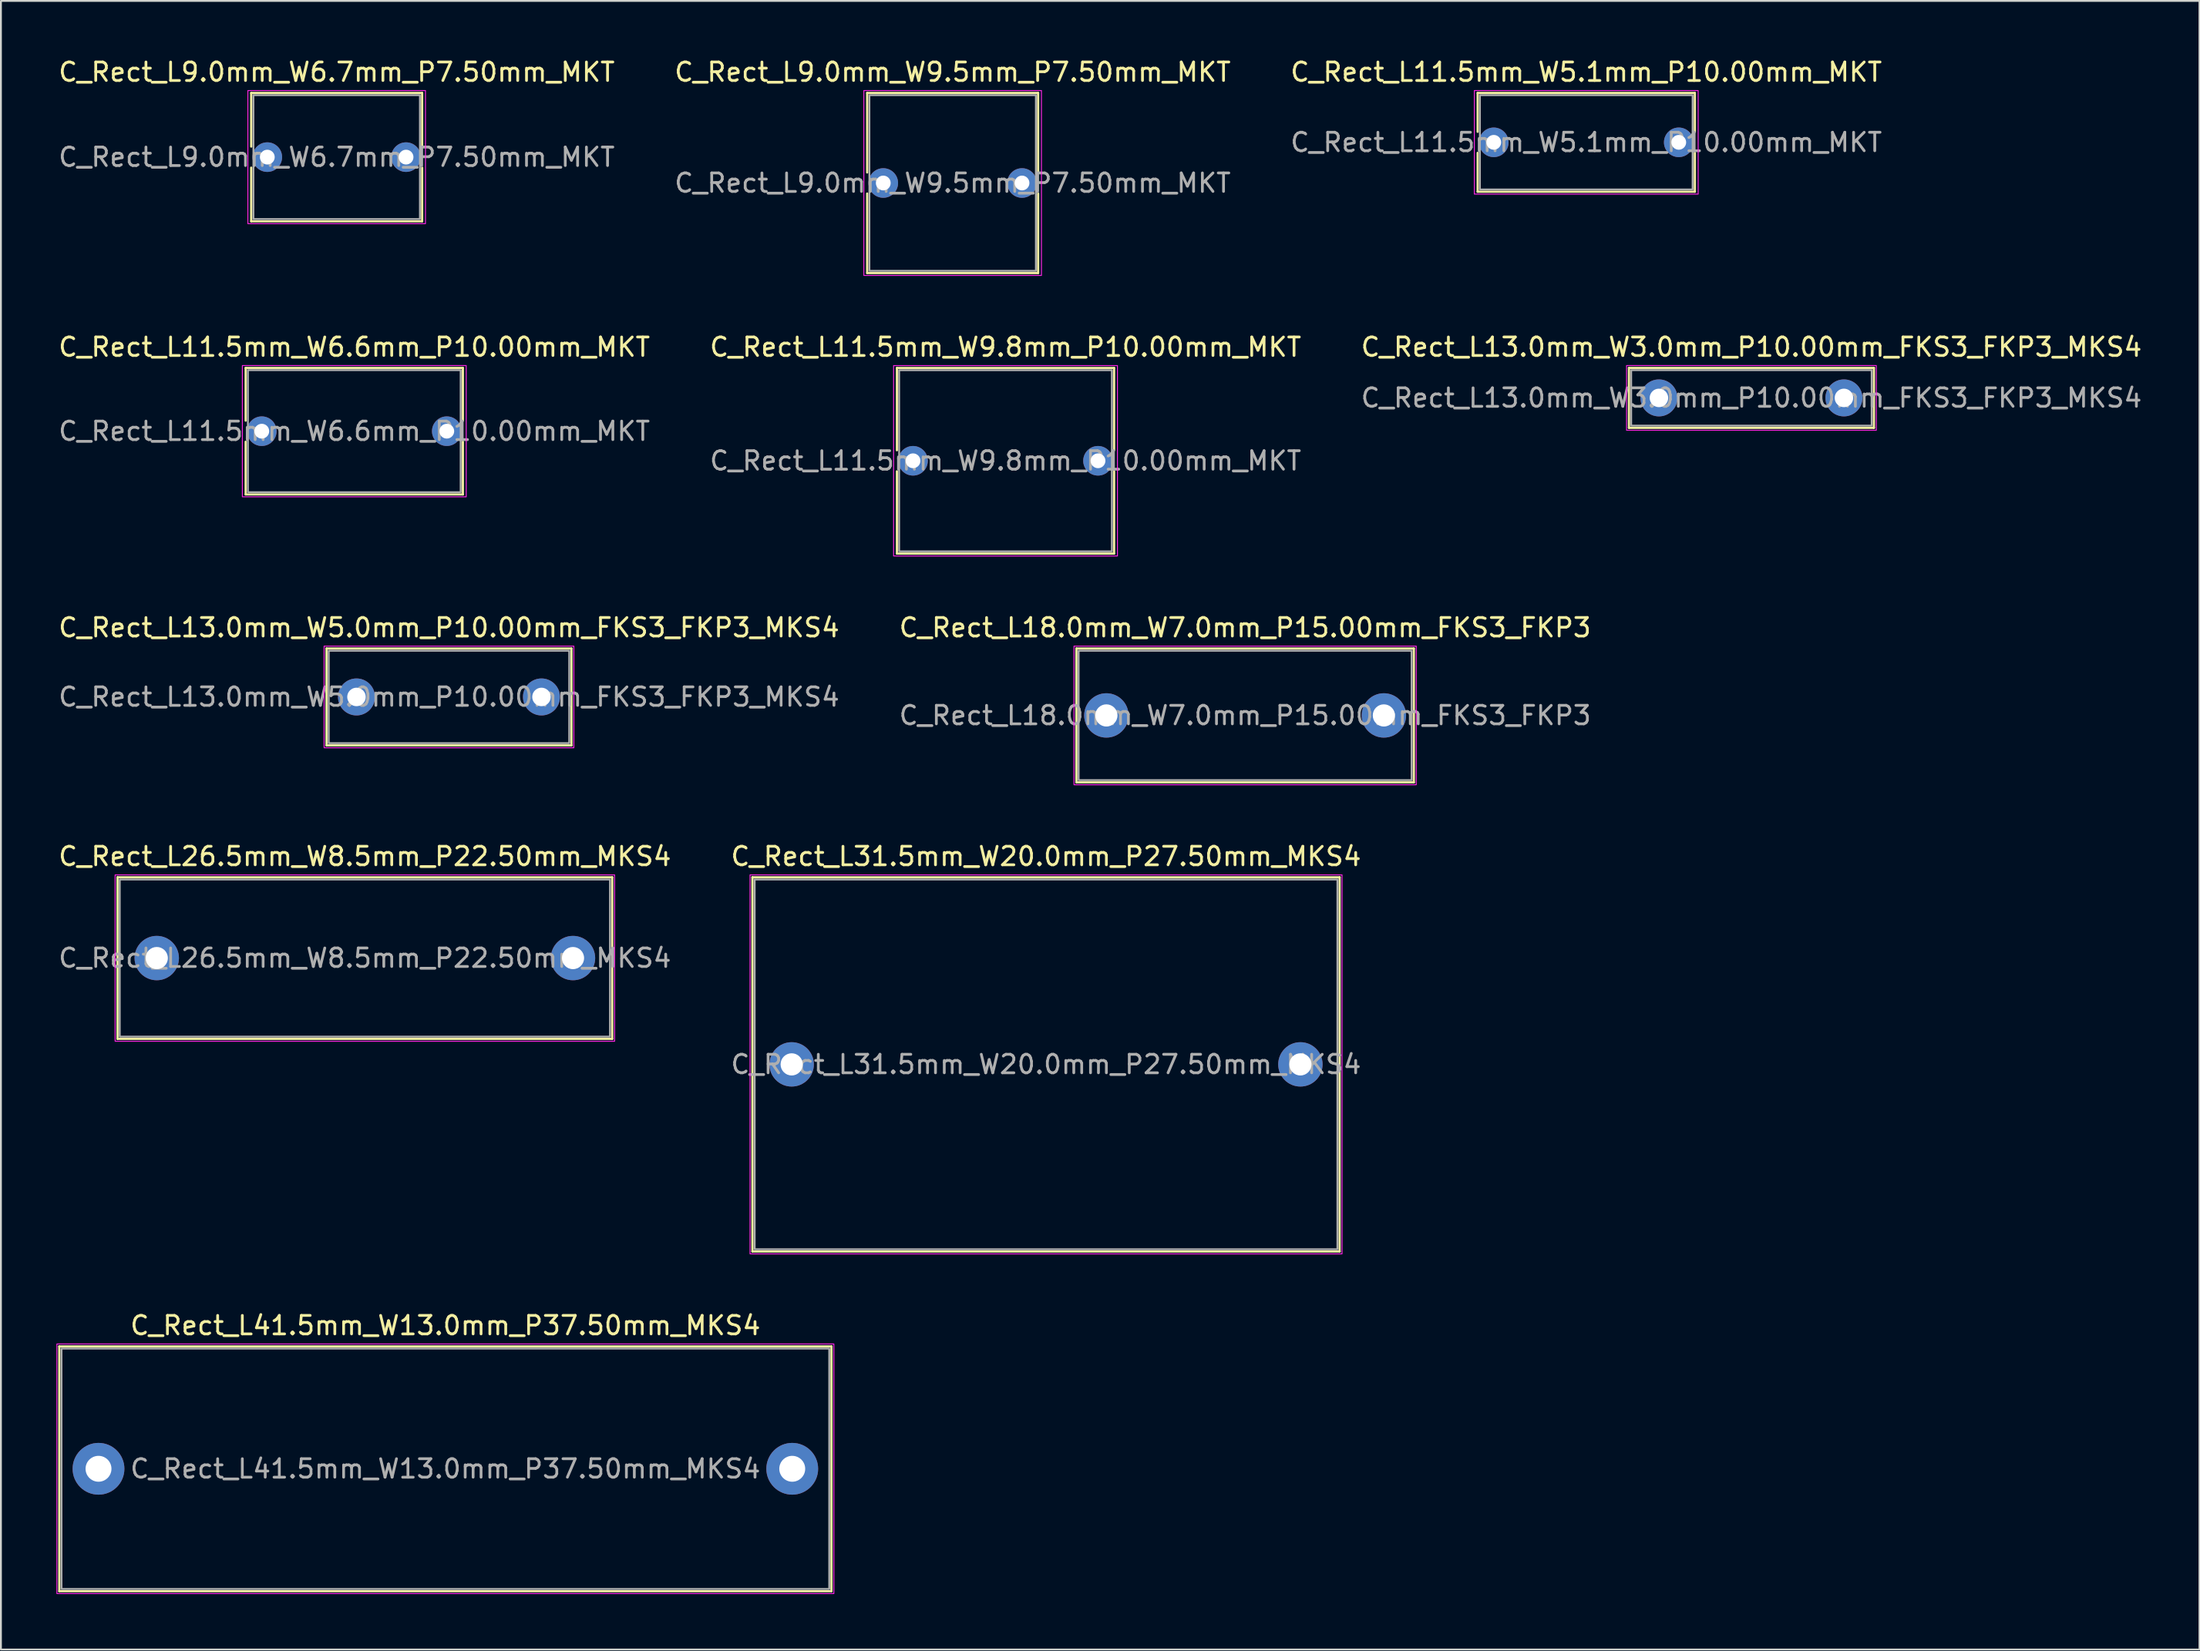
<source format=kicad_pcb>
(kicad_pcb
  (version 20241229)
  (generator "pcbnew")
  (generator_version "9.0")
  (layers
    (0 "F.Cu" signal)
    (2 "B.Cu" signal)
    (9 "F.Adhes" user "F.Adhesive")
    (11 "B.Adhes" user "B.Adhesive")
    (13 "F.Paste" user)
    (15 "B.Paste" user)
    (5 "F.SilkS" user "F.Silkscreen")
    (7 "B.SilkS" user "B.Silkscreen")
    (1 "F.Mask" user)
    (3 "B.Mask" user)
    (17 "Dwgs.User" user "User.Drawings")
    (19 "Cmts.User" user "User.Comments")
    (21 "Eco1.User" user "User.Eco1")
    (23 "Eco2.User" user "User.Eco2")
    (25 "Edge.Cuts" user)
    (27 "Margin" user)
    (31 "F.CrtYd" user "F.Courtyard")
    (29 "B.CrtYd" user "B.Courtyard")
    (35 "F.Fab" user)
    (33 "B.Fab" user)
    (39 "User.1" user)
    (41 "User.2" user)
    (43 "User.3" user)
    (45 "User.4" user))
  (footprint "C_Rect_L31.5mm_W20.0mm_P27.50mm_MKS4"
    (layer "F.Cu")
    (at 39.744 54.518)
    (property "Reference" "C_Rect_L31.5mm_W20.0mm_P27.50mm_MKS4" (at 13.75 -11.25 0) (layer "F.SilkS") (effects (font (size 1 1) (thickness 0.15))))
    (attr through_hole)
    (fp_line (start -2.12 -10.12) (end 29.62 -10.12) (stroke (width 0.12) (type solid)) (layer "F.SilkS"))
    (fp_line (start -2.12 10.12) (end -2.12 -10.12) (stroke (width 0.12) (type solid)) (layer "F.SilkS"))
    (fp_line (start 29.62 -10.12) (end 29.62 10.12) (stroke (width 0.12) (type solid)) (layer "F.SilkS"))
    (fp_line (start 29.62 10.12) (end -2.12 10.12) (stroke (width 0.12) (type solid)) (layer "F.SilkS"))
    (fp_rect (start -2.25 -10.25) (end 29.75 10.25) (stroke (width 0.05) (type solid)) (fill no) (layer "F.CrtYd"))
    (fp_rect (start -2 -10) (end 29.5 10) (stroke (width 0.1) (type solid)) (fill no) (layer "F.Fab"))
    (fp_text user "${REFERENCE}" (at 13.75 0 0) (layer "F.Fab") (effects (font (size 1 1) (thickness 0.15))))
    (pad "1" thru_hole circle (at 0 0) (size 2.4 2.4) (drill 1.2) (layers "*.Cu" "*.Mask"))
    (pad "2" thru_hole circle (at 27.5 0) (size 2.4 2.4) (drill 1.2) (layers "*.Cu" "*.Mask")))
  (footprint "C_Rect_L9.0mm_W6.7mm_P7.50mm_MKT"
    (layer "F.Cu")
    (at 11.399 5.448)
    (property "Reference" "C_Rect_L9.0mm_W6.7mm_P7.50mm_MKT" (at 3.75 -4.6 0) (layer "F.SilkS") (effects (font (size 1 1) (thickness 0.15))))
    (attr through_hole)
    (fp_line (start -0.87 -3.47) (end 8.37 -3.47) (stroke (width 0.12) (type solid)) (layer "F.SilkS"))
    (fp_line (start -0.87 -0.57) (end -0.87 -3.47) (stroke (width 0.12) (type solid)) (layer "F.SilkS"))
    (fp_line (start -0.87 3.47) (end -0.87 0.57) (stroke (width 0.12) (type solid)) (layer "F.SilkS"))
    (fp_line (start 8.37 -3.47) (end 8.37 -0.57) (stroke (width 0.12) (type solid)) (layer "F.SilkS"))
    (fp_line (start 8.37 0.57) (end 8.37 3.47) (stroke (width 0.12) (type solid)) (layer "F.SilkS"))
    (fp_line (start 8.37 3.47) (end -0.87 3.47) (stroke (width 0.12) (type solid)) (layer "F.SilkS"))
    (fp_rect (start -1.05 -3.6) (end 8.55 3.6) (stroke (width 0.05) (type solid)) (fill no) (layer "F.CrtYd"))
    (fp_rect (start -0.75 -3.35) (end 8.25 3.35) (stroke (width 0.1) (type solid)) (fill no) (layer "F.Fab"))
    (fp_text user "${REFERENCE}" (at 3.75 0 0) (layer "F.Fab") (effects (font (size 1 1) (thickness 0.15))))
    (pad "1" thru_hole circle (at 0 0) (size 1.6 1.6) (drill 0.8) (layers "*.Cu" "*.Mask"))
    (pad "2" thru_hole circle (at 7.5 0) (size 1.6 1.6) (drill 0.8) (layers "*.Cu" "*.Mask")))
  (footprint "C_Rect_L18.0mm_W7.0mm_P15.00mm_FKS3_FKP3"
    (layer "F.Cu")
    (at 56.756 35.645)
    (property "Reference" "C_Rect_L18.0mm_W7.0mm_P15.00mm_FKS3_FKP3" (at 7.5 -4.75 0) (layer "F.SilkS") (effects (font (size 1 1) (thickness 0.15))))
    (attr through_hole)
    (fp_line (start -1.62 -3.62) (end 16.62 -3.62) (stroke (width 0.12) (type solid)) (layer "F.SilkS"))
    (fp_line (start -1.62 3.62) (end -1.62 -3.62) (stroke (width 0.12) (type solid)) (layer "F.SilkS"))
    (fp_line (start 16.62 -3.62) (end 16.62 3.62) (stroke (width 0.12) (type solid)) (layer "F.SilkS"))
    (fp_line (start 16.62 3.62) (end -1.62 3.62) (stroke (width 0.12) (type solid)) (layer "F.SilkS"))
    (fp_rect (start -1.75 -3.75) (end 16.75 3.75) (stroke (width 0.05) (type solid)) (fill no) (layer "F.CrtYd"))
    (fp_rect (start -1.5 -3.5) (end 16.5 3.5) (stroke (width 0.1) (type solid)) (fill no) (layer "F.Fab"))
    (fp_text user "${REFERENCE}" (at 7.5 0 0) (layer "F.Fab") (effects (font (size 1 1) (thickness 0.15))))
    (pad "1" thru_hole circle (at 0 0) (size 2.4 2.4) (drill 1.2) (layers "*.Cu" "*.Mask"))
    (pad "2" thru_hole circle (at 15 0) (size 2.4 2.4) (drill 1.2) (layers "*.Cu" "*.Mask")))
  (footprint "C_Rect_L11.5mm_W9.8mm_P10.00mm_MKT"
    (layer "F.Cu")
    (at 46.304 21.872)
    (property "Reference" "C_Rect_L11.5mm_W9.8mm_P10.00mm_MKT" (at 5 -6.15 0) (layer "F.SilkS") (effects (font (size 1 1) (thickness 0.15))))
    (attr through_hole)
    (fp_line (start -0.87 -5.02) (end 10.87 -5.02) (stroke (width 0.12) (type solid)) (layer "F.SilkS"))
    (fp_line (start -0.87 -0.57) (end -0.87 -5.02) (stroke (width 0.12) (type solid)) (layer "F.SilkS"))
    (fp_line (start -0.87 5.02) (end -0.87 0.57) (stroke (width 0.12) (type solid)) (layer "F.SilkS"))
    (fp_line (start 10.87 -5.02) (end 10.87 -0.57) (stroke (width 0.12) (type solid)) (layer "F.SilkS"))
    (fp_line (start 10.87 0.57) (end 10.87 5.02) (stroke (width 0.12) (type solid)) (layer "F.SilkS"))
    (fp_line (start 10.87 5.02) (end -0.87 5.02) (stroke (width 0.12) (type solid)) (layer "F.SilkS"))
    (fp_rect (start -1.05 -5.15) (end 11.05 5.15) (stroke (width 0.05) (type solid)) (fill no) (layer "F.CrtYd"))
    (fp_rect (start -0.75 -4.9) (end 10.75 4.9) (stroke (width 0.1) (type solid)) (fill no) (layer "F.Fab"))
    (fp_text user "${REFERENCE}" (at 5 0 0) (layer "F.Fab") (effects (font (size 1 1) (thickness 0.15))))
    (pad "1" thru_hole circle (at 0 0) (size 1.6 1.6) (drill 0.8) (layers "*.Cu" "*.Mask"))
    (pad "2" thru_hole circle (at 10 0) (size 1.6 1.6) (drill 0.8) (layers "*.Cu" "*.Mask")))
  (footprint "C_Rect_L13.0mm_W5.0mm_P10.00mm_FKS3_FKP3_MKS4"
    (layer "F.Cu")
    (at 16.22 34.645)
    (property "Reference" "C_Rect_L13.0mm_W5.0mm_P10.00mm_FKS3_FKP3_MKS4" (at 5 -3.75 0) (layer "F.SilkS") (effects (font (size 1 1) (thickness 0.15))))
    (attr through_hole)
    (fp_line (start -1.62 -2.62) (end 11.62 -2.62) (stroke (width 0.12) (type solid)) (layer "F.SilkS"))
    (fp_line (start -1.62 2.62) (end -1.62 -2.62) (stroke (width 0.12) (type solid)) (layer "F.SilkS"))
    (fp_line (start 11.62 -2.62) (end 11.62 2.62) (stroke (width 0.12) (type solid)) (layer "F.SilkS"))
    (fp_line (start 11.62 2.62) (end -1.62 2.62) (stroke (width 0.12) (type solid)) (layer "F.SilkS"))
    (fp_rect (start -1.75 -2.75) (end 11.75 2.75) (stroke (width 0.05) (type solid)) (fill no) (layer "F.CrtYd"))
    (fp_rect (start -1.5 -2.5) (end 11.5 2.5) (stroke (width 0.1) (type solid)) (fill no) (layer "F.Fab"))
    (fp_text user "${REFERENCE}" (at 5 0 0) (layer "F.Fab") (effects (font (size 1 1) (thickness 0.15))))
    (pad "1" thru_hole circle (at 0 0) (size 2 2) (drill 1) (layers "*.Cu" "*.Mask"))
    (pad "2" thru_hole circle (at 10 0) (size 2 2) (drill 1) (layers "*.Cu" "*.Mask")))
  (footprint "C_Rect_L11.5mm_W5.1mm_P10.00mm_MKT"
    (layer "F.Cu")
    (at 77.696 4.648)
    (property "Reference" "C_Rect_L11.5mm_W5.1mm_P10.00mm_MKT" (at 5 -3.8 0) (layer "F.SilkS") (effects (font (size 1 1) (thickness 0.15))))
    (attr through_hole)
    (fp_line (start -0.87 -2.67) (end 10.87 -2.67) (stroke (width 0.12) (type solid)) (layer "F.SilkS"))
    (fp_line (start -0.87 -0.57) (end -0.87 -2.67) (stroke (width 0.12) (type solid)) (layer "F.SilkS"))
    (fp_line (start -0.87 2.67) (end -0.87 0.57) (stroke (width 0.12) (type solid)) (layer "F.SilkS"))
    (fp_line (start 10.87 -2.67) (end 10.87 -0.57) (stroke (width 0.12) (type solid)) (layer "F.SilkS"))
    (fp_line (start 10.87 0.57) (end 10.87 2.67) (stroke (width 0.12) (type solid)) (layer "F.SilkS"))
    (fp_line (start 10.87 2.67) (end -0.87 2.67) (stroke (width 0.12) (type solid)) (layer "F.SilkS"))
    (fp_rect (start -1.05 -2.8) (end 11.05 2.8) (stroke (width 0.05) (type solid)) (fill no) (layer "F.CrtYd"))
    (fp_rect (start -0.75 -2.55) (end 10.75 2.55) (stroke (width 0.1) (type solid)) (fill no) (layer "F.Fab"))
    (fp_text user "${REFERENCE}" (at 5 0 0) (layer "F.Fab") (effects (font (size 1 1) (thickness 0.15))))
    (pad "1" thru_hole circle (at 0 0) (size 1.6 1.6) (drill 0.8) (layers "*.Cu" "*.Mask"))
    (pad "2" thru_hole circle (at 10 0) (size 1.6 1.6) (drill 0.8) (layers "*.Cu" "*.Mask")))
  (footprint "C_Rect_L26.5mm_W8.5mm_P22.50mm_MKS4"
    (layer "F.Cu")
    (at 5.423 48.768)
    (property "Reference" "C_Rect_L26.5mm_W8.5mm_P22.50mm_MKS4" (at 11.25 -5.5 0) (layer "F.SilkS") (effects (font (size 1 1) (thickness 0.15))))
    (attr through_hole)
    (fp_line (start -2.12 -4.37) (end 24.62 -4.37) (stroke (width 0.12) (type solid)) (layer "F.SilkS"))
    (fp_line (start -2.12 4.37) (end -2.12 -4.37) (stroke (width 0.12) (type solid)) (layer "F.SilkS"))
    (fp_line (start 24.62 -4.37) (end 24.62 4.37) (stroke (width 0.12) (type solid)) (layer "F.SilkS"))
    (fp_line (start 24.62 4.37) (end -2.12 4.37) (stroke (width 0.12) (type solid)) (layer "F.SilkS"))
    (fp_rect (start -2.25 -4.5) (end 24.75 4.5) (stroke (width 0.05) (type solid)) (fill no) (layer "F.CrtYd"))
    (fp_rect (start -2 -4.25) (end 24.5 4.25) (stroke (width 0.1) (type solid)) (fill no) (layer "F.Fab"))
    (fp_text user "${REFERENCE}" (at 11.25 0 0) (layer "F.Fab") (effects (font (size 1 1) (thickness 0.15))))
    (pad "1" thru_hole circle (at 0 0) (size 2.4 2.4) (drill 1.2) (layers "*.Cu" "*.Mask"))
    (pad "2" thru_hole circle (at 22.5 0) (size 2.4 2.4) (drill 1.2) (layers "*.Cu" "*.Mask")))
  (footprint "C_Rect_L11.5mm_W6.6mm_P10.00mm_MKT"
    (layer "F.Cu")
    (at 11.101 20.271)
    (property "Reference" "C_Rect_L11.5mm_W6.6mm_P10.00mm_MKT" (at 5 -4.55 0) (layer "F.SilkS") (effects (font (size 1 1) (thickness 0.15))))
    (attr through_hole)
    (fp_line (start -0.87 -3.42) (end 10.87 -3.42) (stroke (width 0.12) (type solid)) (layer "F.SilkS"))
    (fp_line (start -0.87 -0.57) (end -0.87 -3.42) (stroke (width 0.12) (type solid)) (layer "F.SilkS"))
    (fp_line (start -0.87 3.42) (end -0.87 0.57) (stroke (width 0.12) (type solid)) (layer "F.SilkS"))
    (fp_line (start 10.87 -3.42) (end 10.87 -0.57) (stroke (width 0.12) (type solid)) (layer "F.SilkS"))
    (fp_line (start 10.87 0.57) (end 10.87 3.42) (stroke (width 0.12) (type solid)) (layer "F.SilkS"))
    (fp_line (start 10.87 3.42) (end -0.87 3.42) (stroke (width 0.12) (type solid)) (layer "F.SilkS"))
    (fp_rect (start -1.05 -3.55) (end 11.05 3.55) (stroke (width 0.05) (type solid)) (fill no) (layer "F.CrtYd"))
    (fp_rect (start -0.75 -3.3) (end 10.75 3.3) (stroke (width 0.1) (type solid)) (fill no) (layer "F.Fab"))
    (fp_text user "${REFERENCE}" (at 5 0 0) (layer "F.Fab") (effects (font (size 1 1) (thickness 0.15))))
    (pad "1" thru_hole circle (at 0 0) (size 1.6 1.6) (drill 0.8) (layers "*.Cu" "*.Mask"))
    (pad "2" thru_hole circle (at 10 0) (size 1.6 1.6) (drill 0.8) (layers "*.Cu" "*.Mask")))
  (footprint "C_Rect_L9.0mm_W9.5mm_P7.50mm_MKT"
    (layer "F.Cu")
    (at 44.696 6.848)
    (property "Reference" "C_Rect_L9.0mm_W9.5mm_P7.50mm_MKT" (at 3.75 -6 0) (layer "F.SilkS") (effects (font (size 1 1) (thickness 0.15))))
    (attr through_hole)
    (fp_line (start -0.87 -4.87) (end 8.37 -4.87) (stroke (width 0.12) (type solid)) (layer "F.SilkS"))
    (fp_line (start -0.87 -0.57) (end -0.87 -4.87) (stroke (width 0.12) (type solid)) (layer "F.SilkS"))
    (fp_line (start -0.87 4.87) (end -0.87 0.57) (stroke (width 0.12) (type solid)) (layer "F.SilkS"))
    (fp_line (start 8.37 -4.87) (end 8.37 -0.57) (stroke (width 0.12) (type solid)) (layer "F.SilkS"))
    (fp_line (start 8.37 0.57) (end 8.37 4.87) (stroke (width 0.12) (type solid)) (layer "F.SilkS"))
    (fp_line (start 8.37 4.87) (end -0.87 4.87) (stroke (width 0.12) (type solid)) (layer "F.SilkS"))
    (fp_rect (start -1.05 -5) (end 8.55 5) (stroke (width 0.05) (type solid)) (fill no) (layer "F.CrtYd"))
    (fp_rect (start -0.75 -4.75) (end 8.25 4.75) (stroke (width 0.1) (type solid)) (fill no) (layer "F.Fab"))
    (fp_text user "${REFERENCE}" (at 3.75 0 0) (layer "F.Fab") (effects (font (size 1 1) (thickness 0.15))))
    (pad "1" thru_hole circle (at 0 0) (size 1.6 1.6) (drill 0.8) (layers "*.Cu" "*.Mask"))
    (pad "2" thru_hole circle (at 7.5 0) (size 1.6 1.6) (drill 0.8) (layers "*.Cu" "*.Mask")))
  (footprint "C_Rect_L41.5mm_W13.0mm_P37.50mm_MKS4"
    (layer "F.Cu")
    (at 2.275 76.391)
    (property "Reference" "C_Rect_L41.5mm_W13.0mm_P37.50mm_MKS4" (at 18.75 -7.75 0) (layer "F.SilkS") (effects (font (size 1 1) (thickness 0.15))))
    (attr through_hole)
    (fp_line (start -2.12 -6.62) (end 39.62 -6.62) (stroke (width 0.12) (type solid)) (layer "F.SilkS"))
    (fp_line (start -2.12 6.62) (end -2.12 -6.62) (stroke (width 0.12) (type solid)) (layer "F.SilkS"))
    (fp_line (start 39.62 -6.62) (end 39.62 6.62) (stroke (width 0.12) (type solid)) (layer "F.SilkS"))
    (fp_line (start 39.62 6.62) (end -2.12 6.62) (stroke (width 0.12) (type solid)) (layer "F.SilkS"))
    (fp_rect (start -2.25 -6.75) (end 39.75 6.75) (stroke (width 0.05) (type solid)) (fill no) (layer "F.CrtYd"))
    (fp_rect (start -2 -6.5) (end 39.5 6.5) (stroke (width 0.1) (type solid)) (fill no) (layer "F.Fab"))
    (fp_text user "${REFERENCE}" (at 18.75 0 0) (layer "F.Fab") (effects (font (size 1 1) (thickness 0.15))))
    (pad "1" thru_hole circle (at 0 0) (size 2.8 2.8) (drill 1.4) (layers "*.Cu" "*.Mask"))
    (pad "2" thru_hole circle (at 37.5 0) (size 2.8 2.8) (drill 1.4) (layers "*.Cu" "*.Mask")))
  (footprint "C_Rect_L13.0mm_W3.0mm_P10.00mm_FKS3_FKP3_MKS4"
    (layer "F.Cu")
    (at 86.625 18.471)
    (property "Reference" "C_Rect_L13.0mm_W3.0mm_P10.00mm_FKS3_FKP3_MKS4" (at 5 -2.75 0) (layer "F.SilkS") (effects (font (size 1 1) (thickness 0.15))))
    (attr through_hole)
    (fp_line (start -1.62 -1.62) (end 11.62 -1.62) (stroke (width 0.12) (type solid)) (layer "F.SilkS"))
    (fp_line (start -1.62 1.62) (end -1.62 -1.62) (stroke (width 0.12) (type solid)) (layer "F.SilkS"))
    (fp_line (start 11.62 -1.62) (end 11.62 1.62) (stroke (width 0.12) (type solid)) (layer "F.SilkS"))
    (fp_line (start 11.62 1.62) (end -1.62 1.62) (stroke (width 0.12) (type solid)) (layer "F.SilkS"))
    (fp_rect (start -1.75 -1.75) (end 11.75 1.75) (stroke (width 0.05) (type solid)) (fill no) (layer "F.CrtYd"))
    (fp_rect (start -1.5 -1.5) (end 11.5 1.5) (stroke (width 0.1) (type solid)) (fill no) (layer "F.Fab"))
    (fp_text user "${REFERENCE}" (at 5 0 0) (layer "F.Fab") (effects (font (size 1 1) (thickness 0.15))))
    (pad "1" thru_hole circle (at 0 0) (size 2 2) (drill 1) (layers "*.Cu" "*.Mask"))
    (pad "2" thru_hole circle (at 10 0) (size 2 2) (drill 1) (layers "*.Cu" "*.Mask")))
  (gr_rect
    (start -3 -3)
    (end 115.845 86.166)
    (stroke (width 0.1) (type default))
    (fill no)
    (layer "Edge.Cuts")))
</source>
